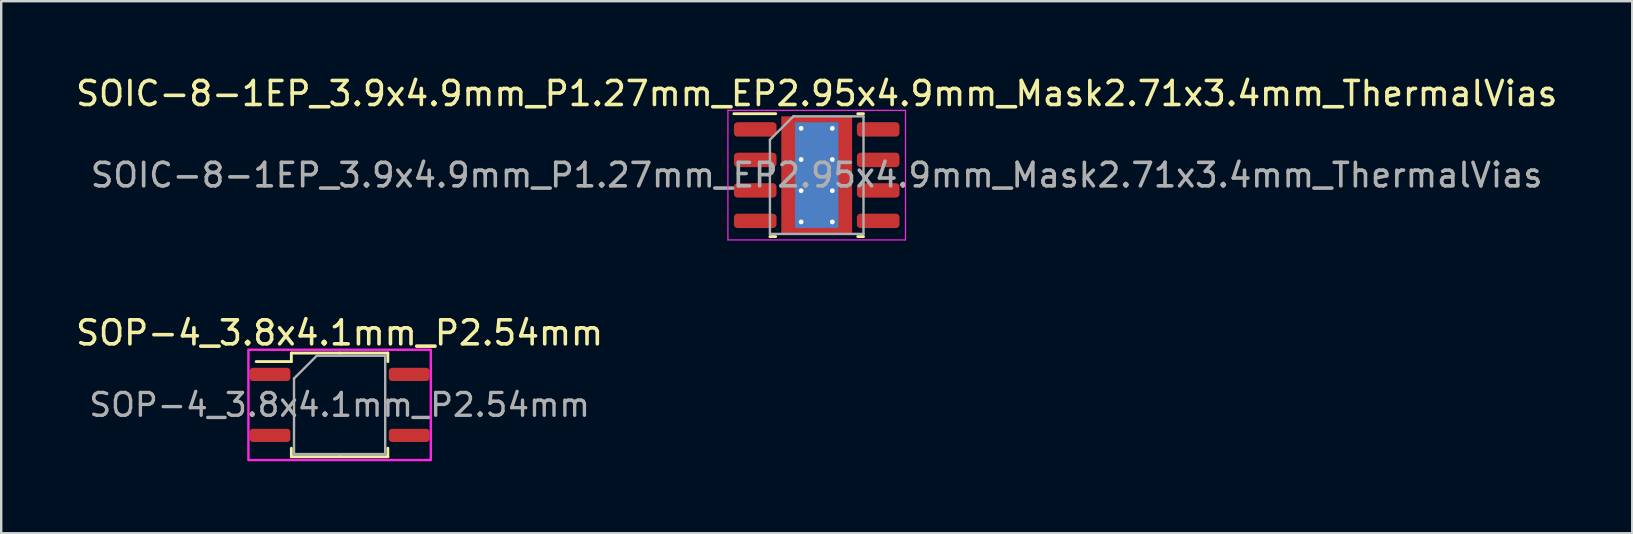
<source format=kicad_pcb>
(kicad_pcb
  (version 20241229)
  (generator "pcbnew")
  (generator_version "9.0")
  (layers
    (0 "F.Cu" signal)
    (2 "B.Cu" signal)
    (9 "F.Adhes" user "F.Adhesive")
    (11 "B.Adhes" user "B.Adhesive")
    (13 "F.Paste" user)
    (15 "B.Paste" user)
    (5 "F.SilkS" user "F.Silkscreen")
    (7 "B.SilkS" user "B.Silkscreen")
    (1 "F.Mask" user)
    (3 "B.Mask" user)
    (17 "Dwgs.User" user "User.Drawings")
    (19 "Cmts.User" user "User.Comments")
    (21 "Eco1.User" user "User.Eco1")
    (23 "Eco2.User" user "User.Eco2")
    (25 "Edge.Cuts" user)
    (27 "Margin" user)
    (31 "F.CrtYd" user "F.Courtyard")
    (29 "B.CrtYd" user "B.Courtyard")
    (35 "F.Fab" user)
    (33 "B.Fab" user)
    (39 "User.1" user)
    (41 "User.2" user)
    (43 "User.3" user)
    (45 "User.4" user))
  (footprint "SOP-4_3.8x4.1mm_P2.54mm"
    (layer "F.Cu")
    (at 11.101 13.822)
    (property "Reference" "SOP-4_3.8x4.1mm_P2.54mm" (at 0 -3 0) (layer "F.SilkS") (effects (font (size 1 1) (thickness 0.15))))
    (attr smd)
    (fp_line (start -2.01 -2.16) (end -2.01 -1.805) (stroke (width 0.12) (type solid)) (layer "F.SilkS"))
    (fp_line (start -2.01 -1.805) (end -3.475 -1.805) (stroke (width 0.12) (type solid)) (layer "F.SilkS"))
    (fp_line (start -2.01 2.16) (end -2.01 1.805) (stroke (width 0.12) (type solid)) (layer "F.SilkS"))
    (fp_line (start 0 -2.16) (end -2.01 -2.16) (stroke (width 0.12) (type solid)) (layer "F.SilkS"))
    (fp_line (start 0 -2.16) (end 2.01 -2.16) (stroke (width 0.12) (type solid)) (layer "F.SilkS"))
    (fp_line (start 0 2.16) (end -2.01 2.16) (stroke (width 0.12) (type solid)) (layer "F.SilkS"))
    (fp_line (start 0 2.16) (end 2.01 2.16) (stroke (width 0.12) (type solid)) (layer "F.SilkS"))
    (fp_line (start 2.01 -2.16) (end 2.01 -1.805) (stroke (width 0.12) (type solid)) (layer "F.SilkS"))
    (fp_line (start 2.01 2.16) (end 2.01 1.805) (stroke (width 0.12) (type solid)) (layer "F.SilkS"))
    (fp_rect (start -3.8 -2.3) (end 3.8 2.3) (stroke (width 0.1) (type solid)) (fill no) (layer "F.CrtYd"))
    (fp_line (start -1.9 -1.1) (end -0.95 -2.05) (stroke (width 0.1) (type solid)) (layer "F.Fab"))
    (fp_line (start -1.9 2.05) (end -1.9 -1.1) (stroke (width 0.1) (type solid)) (layer "F.Fab"))
    (fp_line (start -0.95 -2.05) (end 1.9 -2.05) (stroke (width 0.1) (type solid)) (layer "F.Fab"))
    (fp_line (start 1.9 -2.05) (end 1.9 2.05) (stroke (width 0.1) (type solid)) (layer "F.Fab"))
    (fp_line (start 1.9 2.05) (end -1.9 2.05) (stroke (width 0.1) (type solid)) (layer "F.Fab"))
    (fp_text user "${REFERENCE}" (at 0 0 0) (layer "F.Fab") (effects (font (size 0.95 0.95) (thickness 0.14))))
    (pad "1" smd roundrect (at -2.9 -1.27) (size 1.7 0.55) (layers "F.Cu" "F.Mask" "F.Paste") (roundrect_rratio 0.25))
    (pad "2" smd roundrect (at -2.9 1.27) (size 1.7 0.55) (layers "F.Cu" "F.Mask" "F.Paste") (roundrect_rratio 0.25))
    (pad "3" smd roundrect (at 2.9 1.27) (size 1.7 0.55) (layers "F.Cu" "F.Mask" "F.Paste") (roundrect_rratio 0.25))
    (pad "4" smd roundrect (at 2.9 -1.27) (size 1.7 0.55) (layers "F.Cu" "F.Mask" "F.Paste") (roundrect_rratio 0.25)))
  (footprint "SOIC-8-1EP_3.9x4.9mm_P1.27mm_EP2.95x4.9mm_Mask2.71x3.4mm_ThermalVias"
    (layer "F.Cu")
    (at 30.982 4.248)
    (property "Reference" "SOIC-8-1EP_3.9x4.9mm_P1.27mm_EP2.95x4.9mm_Mask2.71x3.4mm_ThermalVias" (at 0 -3.4 0) (layer "F.SilkS") (effects (font (size 1 1) (thickness 0.15))))
    (attr smd)
    (fp_line (start -1.711 -2.56) (end -3.45 -2.56) (stroke (width 0.12) (type solid)) (layer "F.SilkS"))
    (fp_line (start -1.711 2.56) (end -1.95 2.56) (stroke (width 0.12) (type solid)) (layer "F.SilkS"))
    (fp_line (start 1.711 -2.56) (end 1.95 -2.56) (stroke (width 0.12) (type solid)) (layer "F.SilkS"))
    (fp_line (start 1.711 2.56) (end 1.95 2.56) (stroke (width 0.12) (type solid)) (layer "F.SilkS"))
    (fp_line (start -3.7 -2.7) (end -3.7 2.7) (stroke (width 0.05) (type solid)) (layer "F.CrtYd"))
    (fp_line (start -3.7 2.7) (end 3.7 2.7) (stroke (width 0.05) (type solid)) (layer "F.CrtYd"))
    (fp_line (start 3.7 -2.7) (end -3.7 -2.7) (stroke (width 0.05) (type solid)) (layer "F.CrtYd"))
    (fp_line (start 3.7 2.7) (end 3.7 -2.7) (stroke (width 0.05) (type solid)) (layer "F.CrtYd"))
    (fp_line (start -1.95 -1.475) (end -0.975 -2.45) (stroke (width 0.1) (type solid)) (layer "F.Fab"))
    (fp_line (start -1.95 2.45) (end -1.95 -1.475) (stroke (width 0.1) (type solid)) (layer "F.Fab"))
    (fp_line (start -0.975 -2.45) (end 1.95 -2.45) (stroke (width 0.1) (type solid)) (layer "F.Fab"))
    (fp_line (start 1.95 -2.45) (end 1.95 2.45) (stroke (width 0.1) (type solid)) (layer "F.Fab"))
    (fp_line (start 1.95 2.45) (end -1.95 2.45) (stroke (width 0.1) (type solid)) (layer "F.Fab"))
    (fp_text user "${REFERENCE}" (at 0 0 0) (layer "F.Fab") (effects (font (size 0.98 0.98) (thickness 0.15))))
    (pad "" smd roundrect (at -0.68 -0.85) (size 1.13 1.42) (layers "F.Paste") (roundrect_rratio 0.221))
    (pad "" smd roundrect (at -0.68 0.85) (size 1.13 1.42) (layers "F.Paste") (roundrect_rratio 0.221))
    (pad "" smd rect (at 0 0) (size 2.71 3.4) (layers "F.Mask"))
    (pad "" smd roundrect (at 0.68 -0.85) (size 1.13 1.42) (layers "F.Paste") (roundrect_rratio 0.221))
    (pad "" smd roundrect (at 0.68 0.85) (size 1.13 1.42) (layers "F.Paste") (roundrect_rratio 0.221))
    (pad "1" smd roundrect (at -2.562 -1.905) (size 1.775 0.6) (layers "F.Cu" "F.Mask" "F.Paste") (roundrect_rratio 0.25))
    (pad "2" smd roundrect (at -2.562 -0.635) (size 1.775 0.6) (layers "F.Cu" "F.Mask" "F.Paste") (roundrect_rratio 0.25))
    (pad "3" smd roundrect (at -2.562 0.635) (size 1.775 0.6) (layers "F.Cu" "F.Mask" "F.Paste") (roundrect_rratio 0.25))
    (pad "4" smd roundrect (at -2.562 1.905) (size 1.775 0.6) (layers "F.Cu" "F.Mask" "F.Paste") (roundrect_rratio 0.25))
    (pad "5" smd roundrect (at 2.562 1.905) (size 1.775 0.6) (layers "F.Cu" "F.Mask" "F.Paste") (roundrect_rratio 0.25))
    (pad "6" smd roundrect (at 2.562 0.635) (size 1.775 0.6) (layers "F.Cu" "F.Mask" "F.Paste") (roundrect_rratio 0.25))
    (pad "7" smd roundrect (at 2.562 -0.635) (size 1.775 0.6) (layers "F.Cu" "F.Mask" "F.Paste") (roundrect_rratio 0.25))
    (pad "8" smd roundrect (at 2.562 -1.905) (size 1.775 0.6) (layers "F.Cu" "F.Mask" "F.Paste") (roundrect_rratio 0.25))
    (pad "9" thru_hole circle (at -0.65 -1.95) (size 0.5 0.5) (drill 0.2) (layers "*.Cu"))
    (pad "9" thru_hole circle (at -0.65 -0.65) (size 0.5 0.5) (drill 0.2) (layers "*.Cu"))
    (pad "9" thru_hole circle (at -0.65 0.65) (size 0.5 0.5) (drill 0.2) (layers "*.Cu"))
    (pad "9" thru_hole circle (at -0.65 1.95) (size 0.5 0.5) (drill 0.2) (layers "*.Cu"))
    (pad "9" smd rect (at 0 0) (size 1.8 4.4) (layers "B.Cu"))
    (pad "9" smd rect (at 0 0) (size 2.95 4.9) (layers "F.Cu"))
    (pad "9" thru_hole circle (at 0.65 -1.95) (size 0.5 0.5) (drill 0.2) (layers "*.Cu"))
    (pad "9" thru_hole circle (at 0.65 -0.65) (size 0.5 0.5) (drill 0.2) (layers "*.Cu"))
    (pad "9" thru_hole circle (at 0.65 0.65) (size 0.5 0.5) (drill 0.2) (layers "*.Cu"))
    (pad "9" thru_hole circle (at 0.65 1.95) (size 0.5 0.5) (drill 0.2) (layers "*.Cu")))
  (gr_rect
    (start -3 -3)
    (end 64.964 19.172)
    (stroke (width 0.1) (type default))
    (fill no)
    (layer "Edge.Cuts")))
</source>
